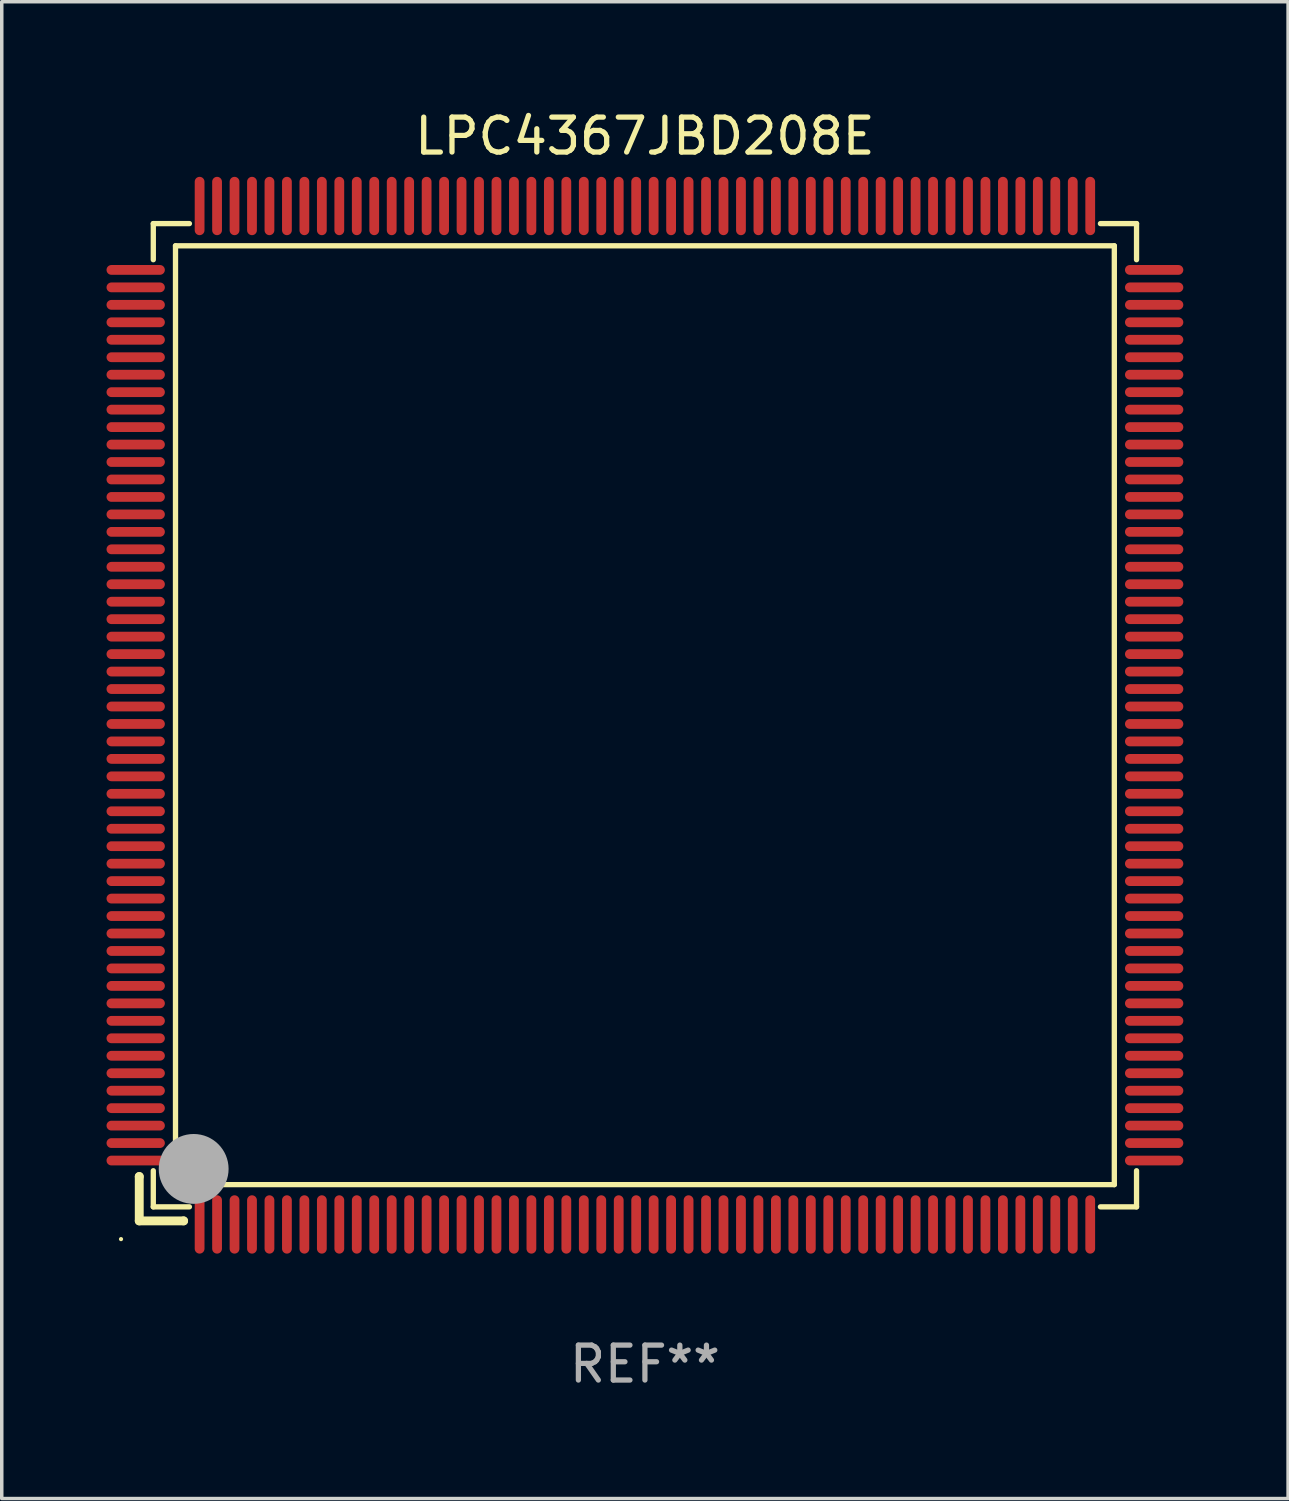
<source format=kicad_pcb>
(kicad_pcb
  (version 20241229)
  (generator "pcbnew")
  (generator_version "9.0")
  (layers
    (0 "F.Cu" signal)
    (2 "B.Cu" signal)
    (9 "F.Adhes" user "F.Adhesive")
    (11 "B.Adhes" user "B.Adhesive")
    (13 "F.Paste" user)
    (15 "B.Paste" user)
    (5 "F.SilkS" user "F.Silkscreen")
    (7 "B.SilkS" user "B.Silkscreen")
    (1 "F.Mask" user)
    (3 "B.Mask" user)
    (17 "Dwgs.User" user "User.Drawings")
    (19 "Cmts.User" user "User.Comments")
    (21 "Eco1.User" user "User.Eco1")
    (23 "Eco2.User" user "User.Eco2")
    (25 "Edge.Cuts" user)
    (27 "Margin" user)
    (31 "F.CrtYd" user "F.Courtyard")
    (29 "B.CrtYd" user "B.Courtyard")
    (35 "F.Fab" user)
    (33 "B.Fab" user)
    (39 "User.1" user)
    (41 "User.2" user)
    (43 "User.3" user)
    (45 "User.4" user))
  (footprint "LPC4367JBD208E"
    (layer "F.Cu")
    (at 15.415 17.428)
    (property "Reference" "LPC4367JBD208E" (at 0 -16.58 0) (layer "F.SilkS") (effects (font (size 1 1) (thickness 0.15))))
    (attr through_hole)
    (fp_line (start -14.478 13.208) (end -14.478 13.208) (stroke (width 0.254) (type solid)) (layer "F.SilkS"))
    (fp_line (start -14.478 13.208) (end -14.478 14.478) (stroke (width 0.254) (type solid)) (layer "F.SilkS"))
    (fp_line (start -14.478 14.478) (end -13.208 14.478) (stroke (width 0.254) (type solid)) (layer "F.SilkS"))
    (fp_line (start -14.076 -14.076) (end -14.076 -13.042) (stroke (width 0.152) (type solid)) (layer "F.SilkS"))
    (fp_line (start -14.076 14.076) (end -14.076 13.042) (stroke (width 0.152) (type solid)) (layer "F.SilkS"))
    (fp_line (start -13.44 -13.44) (end 13.44 -13.44) (stroke (width 0.152) (type solid)) (layer "F.SilkS"))
    (fp_line (start -13.44 13.44) (end -13.44 -13.44) (stroke (width 0.152) (type solid)) (layer "F.SilkS"))
    (fp_line (start -13.208 14.478) (end -13.208 14.478) (stroke (width 0.254) (type solid)) (layer "F.SilkS"))
    (fp_line (start -13.042 -14.076) (end -14.076 -14.076) (stroke (width 0.152) (type solid)) (layer "F.SilkS"))
    (fp_line (start -13.042 14.076) (end -14.076 14.076) (stroke (width 0.152) (type solid)) (layer "F.SilkS"))
    (fp_line (start 13.042 -14.076) (end 14.076 -14.076) (stroke (width 0.152) (type solid)) (layer "F.SilkS"))
    (fp_line (start 13.042 14.076) (end 14.076 14.076) (stroke (width 0.152) (type solid)) (layer "F.SilkS"))
    (fp_line (start 13.44 -13.44) (end 13.44 13.44) (stroke (width 0.152) (type solid)) (layer "F.SilkS"))
    (fp_line (start 13.44 13.44) (end -13.44 13.44) (stroke (width 0.152) (type solid)) (layer "F.SilkS"))
    (fp_line (start 14.076 -14.076) (end 14.076 -13.042) (stroke (width 0.152) (type solid)) (layer "F.SilkS"))
    (fp_line (start 14.076 14.076) (end 14.076 13.042) (stroke (width 0.152) (type solid)) (layer "F.SilkS"))
    (fp_circle (center -15 15) (end -14.97 15) (stroke (width 0.06) (type solid)) (fill no) (layer "F.SilkS"))
    (fp_circle (center -13.138 13.138) (end -13.063 13.138) (stroke (width 0.15) (type solid)) (fill no) (layer "F.SilkS"))
    (fp_circle (center -12.92 12.99) (end -12.42 12.99) (stroke (width 1) (type solid)) (fill no) (layer "F.Fab"))
    (fp_text user "REF**" (at 0 18.58 0) (layer "F.Fab") (effects (font (size 1 1) (thickness 0.15))))
    (pad "1" smd oval (at -12.75 14.58) (size 0.28 1.67) (layers "F.Cu" "F.Mask" "F.Paste"))
    (pad "2" smd oval (at -12.25 14.58) (size 0.28 1.67) (layers "F.Cu" "F.Mask" "F.Paste"))
    (pad "3" smd oval (at -11.75 14.58) (size 0.28 1.67) (layers "F.Cu" "F.Mask" "F.Paste"))
    (pad "4" smd oval (at -11.25 14.58) (size 0.28 1.67) (layers "F.Cu" "F.Mask" "F.Paste"))
    (pad "5" smd oval (at -10.75 14.58) (size 0.28 1.67) (layers "F.Cu" "F.Mask" "F.Paste"))
    (pad "6" smd oval (at -10.25 14.58) (size 0.28 1.67) (layers "F.Cu" "F.Mask" "F.Paste"))
    (pad "7" smd oval (at -9.75 14.58) (size 0.28 1.67) (layers "F.Cu" "F.Mask" "F.Paste"))
    (pad "8" smd oval (at -9.25 14.58) (size 0.28 1.67) (layers "F.Cu" "F.Mask" "F.Paste"))
    (pad "9" smd oval (at -8.75 14.58) (size 0.28 1.67) (layers "F.Cu" "F.Mask" "F.Paste"))
    (pad "10" smd oval (at -8.25 14.58) (size 0.28 1.67) (layers "F.Cu" "F.Mask" "F.Paste"))
    (pad "11" smd oval (at -7.75 14.58) (size 0.28 1.67) (layers "F.Cu" "F.Mask" "F.Paste"))
    (pad "12" smd oval (at -7.25 14.58) (size 0.28 1.67) (layers "F.Cu" "F.Mask" "F.Paste"))
    (pad "13" smd oval (at -6.75 14.58) (size 0.28 1.67) (layers "F.Cu" "F.Mask" "F.Paste"))
    (pad "14" smd oval (at -6.25 14.58) (size 0.28 1.67) (layers "F.Cu" "F.Mask" "F.Paste"))
    (pad "15" smd oval (at -5.75 14.58) (size 0.28 1.67) (layers "F.Cu" "F.Mask" "F.Paste"))
    (pad "16" smd oval (at -5.25 14.58) (size 0.28 1.67) (layers "F.Cu" "F.Mask" "F.Paste"))
    (pad "17" smd oval (at -4.75 14.58) (size 0.28 1.67) (layers "F.Cu" "F.Mask" "F.Paste"))
    (pad "18" smd oval (at -4.25 14.58) (size 0.28 1.67) (layers "F.Cu" "F.Mask" "F.Paste"))
    (pad "19" smd oval (at -3.75 14.58) (size 0.28 1.67) (layers "F.Cu" "F.Mask" "F.Paste"))
    (pad "20" smd oval (at -3.25 14.58) (size 0.28 1.67) (layers "F.Cu" "F.Mask" "F.Paste"))
    (pad "21" smd oval (at -2.75 14.58) (size 0.28 1.67) (layers "F.Cu" "F.Mask" "F.Paste"))
    (pad "22" smd oval (at -2.25 14.58) (size 0.28 1.67) (layers "F.Cu" "F.Mask" "F.Paste"))
    (pad "23" smd oval (at -1.75 14.58) (size 0.28 1.67) (layers "F.Cu" "F.Mask" "F.Paste"))
    (pad "24" smd oval (at -1.25 14.58) (size 0.28 1.67) (layers "F.Cu" "F.Mask" "F.Paste"))
    (pad "25" smd oval (at -0.75 14.58) (size 0.28 1.67) (layers "F.Cu" "F.Mask" "F.Paste"))
    (pad "26" smd oval (at -0.25 14.58) (size 0.28 1.67) (layers "F.Cu" "F.Mask" "F.Paste"))
    (pad "27" smd oval (at 0.25 14.58) (size 0.28 1.67) (layers "F.Cu" "F.Mask" "F.Paste"))
    (pad "28" smd oval (at 0.75 14.58) (size 0.28 1.67) (layers "F.Cu" "F.Mask" "F.Paste"))
    (pad "29" smd oval (at 1.25 14.58) (size 0.28 1.67) (layers "F.Cu" "F.Mask" "F.Paste"))
    (pad "30" smd oval (at 1.75 14.58) (size 0.28 1.67) (layers "F.Cu" "F.Mask" "F.Paste"))
    (pad "31" smd oval (at 2.25 14.58) (size 0.28 1.67) (layers "F.Cu" "F.Mask" "F.Paste"))
    (pad "32" smd oval (at 2.75 14.58) (size 0.28 1.67) (layers "F.Cu" "F.Mask" "F.Paste"))
    (pad "33" smd oval (at 3.25 14.58) (size 0.28 1.67) (layers "F.Cu" "F.Mask" "F.Paste"))
    (pad "34" smd oval (at 3.75 14.58) (size 0.28 1.67) (layers "F.Cu" "F.Mask" "F.Paste"))
    (pad "35" smd oval (at 4.25 14.58) (size 0.28 1.67) (layers "F.Cu" "F.Mask" "F.Paste"))
    (pad "36" smd oval (at 4.75 14.58) (size 0.28 1.67) (layers "F.Cu" "F.Mask" "F.Paste"))
    (pad "37" smd oval (at 5.25 14.58) (size 0.28 1.67) (layers "F.Cu" "F.Mask" "F.Paste"))
    (pad "38" smd oval (at 5.75 14.58) (size 0.28 1.67) (layers "F.Cu" "F.Mask" "F.Paste"))
    (pad "39" smd oval (at 6.25 14.58) (size 0.28 1.67) (layers "F.Cu" "F.Mask" "F.Paste"))
    (pad "40" smd oval (at 6.75 14.58) (size 0.28 1.67) (layers "F.Cu" "F.Mask" "F.Paste"))
    (pad "41" smd oval (at 7.25 14.58) (size 0.28 1.67) (layers "F.Cu" "F.Mask" "F.Paste"))
    (pad "42" smd oval (at 7.75 14.58) (size 0.28 1.67) (layers "F.Cu" "F.Mask" "F.Paste"))
    (pad "43" smd oval (at 8.25 14.58) (size 0.28 1.67) (layers "F.Cu" "F.Mask" "F.Paste"))
    (pad "44" smd oval (at 8.75 14.58) (size 0.28 1.67) (layers "F.Cu" "F.Mask" "F.Paste"))
    (pad "45" smd oval (at 9.25 14.58) (size 0.28 1.67) (layers "F.Cu" "F.Mask" "F.Paste"))
    (pad "46" smd oval (at 9.75 14.58) (size 0.28 1.67) (layers "F.Cu" "F.Mask" "F.Paste"))
    (pad "47" smd oval (at 10.25 14.58) (size 0.28 1.67) (layers "F.Cu" "F.Mask" "F.Paste"))
    (pad "48" smd oval (at 10.75 14.58) (size 0.28 1.67) (layers "F.Cu" "F.Mask" "F.Paste"))
    (pad "49" smd oval (at 11.25 14.58) (size 0.28 1.67) (layers "F.Cu" "F.Mask" "F.Paste"))
    (pad "50" smd oval (at 11.75 14.58) (size 0.28 1.67) (layers "F.Cu" "F.Mask" "F.Paste"))
    (pad "51" smd oval (at 12.25 14.58) (size 0.28 1.67) (layers "F.Cu" "F.Mask" "F.Paste"))
    (pad "52" smd oval (at 12.75 14.58) (size 0.28 1.67) (layers "F.Cu" "F.Mask" "F.Paste"))
    (pad "53" smd oval (at 14.58 12.75) (size 1.67 0.28) (layers "F.Cu" "F.Mask" "F.Paste"))
    (pad "54" smd oval (at 14.58 12.25) (size 1.67 0.28) (layers "F.Cu" "F.Mask" "F.Paste"))
    (pad "55" smd oval (at 14.58 11.75) (size 1.67 0.28) (layers "F.Cu" "F.Mask" "F.Paste"))
    (pad "56" smd oval (at 14.58 11.25) (size 1.67 0.28) (layers "F.Cu" "F.Mask" "F.Paste"))
    (pad "57" smd oval (at 14.58 10.75) (size 1.67 0.28) (layers "F.Cu" "F.Mask" "F.Paste"))
    (pad "58" smd oval (at 14.58 10.25) (size 1.67 0.28) (layers "F.Cu" "F.Mask" "F.Paste"))
    (pad "59" smd oval (at 14.58 9.75) (size 1.67 0.28) (layers "F.Cu" "F.Mask" "F.Paste"))
    (pad "60" smd oval (at 14.58 9.25) (size 1.67 0.28) (layers "F.Cu" "F.Mask" "F.Paste"))
    (pad "61" smd oval (at 14.58 8.75) (size 1.67 0.28) (layers "F.Cu" "F.Mask" "F.Paste"))
    (pad "62" smd oval (at 14.58 8.25) (size 1.67 0.28) (layers "F.Cu" "F.Mask" "F.Paste"))
    (pad "63" smd oval (at 14.58 7.75) (size 1.67 0.28) (layers "F.Cu" "F.Mask" "F.Paste"))
    (pad "64" smd oval (at 14.58 7.25) (size 1.67 0.28) (layers "F.Cu" "F.Mask" "F.Paste"))
    (pad "65" smd oval (at 14.58 6.75) (size 1.67 0.28) (layers "F.Cu" "F.Mask" "F.Paste"))
    (pad "66" smd oval (at 14.58 6.25) (size 1.67 0.28) (layers "F.Cu" "F.Mask" "F.Paste"))
    (pad "67" smd oval (at 14.58 5.75) (size 1.67 0.28) (layers "F.Cu" "F.Mask" "F.Paste"))
    (pad "68" smd oval (at 14.58 5.25) (size 1.67 0.28) (layers "F.Cu" "F.Mask" "F.Paste"))
    (pad "69" smd oval (at 14.58 4.75) (size 1.67 0.28) (layers "F.Cu" "F.Mask" "F.Paste"))
    (pad "70" smd oval (at 14.58 4.25) (size 1.67 0.28) (layers "F.Cu" "F.Mask" "F.Paste"))
    (pad "71" smd oval (at 14.58 3.75) (size 1.67 0.28) (layers "F.Cu" "F.Mask" "F.Paste"))
    (pad "72" smd oval (at 14.58 3.25) (size 1.67 0.28) (layers "F.Cu" "F.Mask" "F.Paste"))
    (pad "73" smd oval (at 14.58 2.75) (size 1.67 0.28) (layers "F.Cu" "F.Mask" "F.Paste"))
    (pad "74" smd oval (at 14.58 2.25) (size 1.67 0.28) (layers "F.Cu" "F.Mask" "F.Paste"))
    (pad "75" smd oval (at 14.58 1.75) (size 1.67 0.28) (layers "F.Cu" "F.Mask" "F.Paste"))
    (pad "76" smd oval (at 14.58 1.25) (size 1.67 0.28) (layers "F.Cu" "F.Mask" "F.Paste"))
    (pad "77" smd oval (at 14.58 0.75) (size 1.67 0.28) (layers "F.Cu" "F.Mask" "F.Paste"))
    (pad "78" smd oval (at 14.58 0.25) (size 1.67 0.28) (layers "F.Cu" "F.Mask" "F.Paste"))
    (pad "79" smd oval (at 14.58 -0.25) (size 1.67 0.28) (layers "F.Cu" "F.Mask" "F.Paste"))
    (pad "80" smd oval (at 14.58 -0.75) (size 1.67 0.28) (layers "F.Cu" "F.Mask" "F.Paste"))
    (pad "81" smd oval (at 14.58 -1.25) (size 1.67 0.28) (layers "F.Cu" "F.Mask" "F.Paste"))
    (pad "82" smd oval (at 14.58 -1.75) (size 1.67 0.28) (layers "F.Cu" "F.Mask" "F.Paste"))
    (pad "83" smd oval (at 14.58 -2.25) (size 1.67 0.28) (layers "F.Cu" "F.Mask" "F.Paste"))
    (pad "84" smd oval (at 14.58 -2.75) (size 1.67 0.28) (layers "F.Cu" "F.Mask" "F.Paste"))
    (pad "85" smd oval (at 14.58 -3.25) (size 1.67 0.28) (layers "F.Cu" "F.Mask" "F.Paste"))
    (pad "86" smd oval (at 14.58 -3.75) (size 1.67 0.28) (layers "F.Cu" "F.Mask" "F.Paste"))
    (pad "87" smd oval (at 14.58 -4.25) (size 1.67 0.28) (layers "F.Cu" "F.Mask" "F.Paste"))
    (pad "88" smd oval (at 14.58 -4.75) (size 1.67 0.28) (layers "F.Cu" "F.Mask" "F.Paste"))
    (pad "89" smd oval (at 14.58 -5.25) (size 1.67 0.28) (layers "F.Cu" "F.Mask" "F.Paste"))
    (pad "90" smd oval (at 14.58 -5.75) (size 1.67 0.28) (layers "F.Cu" "F.Mask" "F.Paste"))
    (pad "91" smd oval (at 14.58 -6.25) (size 1.67 0.28) (layers "F.Cu" "F.Mask" "F.Paste"))
    (pad "92" smd oval (at 14.58 -6.75) (size 1.67 0.28) (layers "F.Cu" "F.Mask" "F.Paste"))
    (pad "93" smd oval (at 14.58 -7.25) (size 1.67 0.28) (layers "F.Cu" "F.Mask" "F.Paste"))
    (pad "94" smd oval (at 14.58 -7.75) (size 1.67 0.28) (layers "F.Cu" "F.Mask" "F.Paste"))
    (pad "95" smd oval (at 14.58 -8.25) (size 1.67 0.28) (layers "F.Cu" "F.Mask" "F.Paste"))
    (pad "96" smd oval (at 14.58 -8.75) (size 1.67 0.28) (layers "F.Cu" "F.Mask" "F.Paste"))
    (pad "97" smd oval (at 14.58 -9.25) (size 1.67 0.28) (layers "F.Cu" "F.Mask" "F.Paste"))
    (pad "98" smd oval (at 14.58 -9.75) (size 1.67 0.28) (layers "F.Cu" "F.Mask" "F.Paste"))
    (pad "99" smd oval (at 14.58 -10.25) (size 1.67 0.28) (layers "F.Cu" "F.Mask" "F.Paste"))
    (pad "100" smd oval (at 14.58 -10.75) (size 1.67 0.28) (layers "F.Cu" "F.Mask" "F.Paste"))
    (pad "101" smd oval (at 14.58 -11.25) (size 1.67 0.28) (layers "F.Cu" "F.Mask" "F.Paste"))
    (pad "102" smd oval (at 14.58 -11.75) (size 1.67 0.28) (layers "F.Cu" "F.Mask" "F.Paste"))
    (pad "103" smd oval (at 14.58 -12.25) (size 1.67 0.28) (layers "F.Cu" "F.Mask" "F.Paste"))
    (pad "104" smd oval (at 14.58 -12.75) (size 1.67 0.28) (layers "F.Cu" "F.Mask" "F.Paste"))
    (pad "105" smd oval (at 12.75 -14.58) (size 0.28 1.67) (layers "F.Cu" "F.Mask" "F.Paste"))
    (pad "106" smd oval (at 12.25 -14.58) (size 0.28 1.67) (layers "F.Cu" "F.Mask" "F.Paste"))
    (pad "107" smd oval (at 11.75 -14.58) (size 0.28 1.67) (layers "F.Cu" "F.Mask" "F.Paste"))
    (pad "108" smd oval (at 11.25 -14.58) (size 0.28 1.67) (layers "F.Cu" "F.Mask" "F.Paste"))
    (pad "109" smd oval (at 10.75 -14.58) (size 0.28 1.67) (layers "F.Cu" "F.Mask" "F.Paste"))
    (pad "110" smd oval (at 10.25 -14.58) (size 0.28 1.67) (layers "F.Cu" "F.Mask" "F.Paste"))
    (pad "111" smd oval (at 9.75 -14.58) (size 0.28 1.67) (layers "F.Cu" "F.Mask" "F.Paste"))
    (pad "112" smd oval (at 9.25 -14.58) (size 0.28 1.67) (layers "F.Cu" "F.Mask" "F.Paste"))
    (pad "113" smd oval (at 8.75 -14.58) (size 0.28 1.67) (layers "F.Cu" "F.Mask" "F.Paste"))
    (pad "114" smd oval (at 8.25 -14.58) (size 0.28 1.67) (layers "F.Cu" "F.Mask" "F.Paste"))
    (pad "115" smd oval (at 7.75 -14.58) (size 0.28 1.67) (layers "F.Cu" "F.Mask" "F.Paste"))
    (pad "116" smd oval (at 7.25 -14.58) (size 0.28 1.67) (layers "F.Cu" "F.Mask" "F.Paste"))
    (pad "117" smd oval (at 6.75 -14.58) (size 0.28 1.67) (layers "F.Cu" "F.Mask" "F.Paste"))
    (pad "118" smd oval (at 6.25 -14.58) (size 0.28 1.67) (layers "F.Cu" "F.Mask" "F.Paste"))
    (pad "119" smd oval (at 5.75 -14.58) (size 0.28 1.67) (layers "F.Cu" "F.Mask" "F.Paste"))
    (pad "120" smd oval (at 5.25 -14.58) (size 0.28 1.67) (layers "F.Cu" "F.Mask" "F.Paste"))
    (pad "121" smd oval (at 4.75 -14.58) (size 0.28 1.67) (layers "F.Cu" "F.Mask" "F.Paste"))
    (pad "122" smd oval (at 4.25 -14.58) (size 0.28 1.67) (layers "F.Cu" "F.Mask" "F.Paste"))
    (pad "123" smd oval (at 3.75 -14.58) (size 0.28 1.67) (layers "F.Cu" "F.Mask" "F.Paste"))
    (pad "124" smd oval (at 3.25 -14.58) (size 0.28 1.67) (layers "F.Cu" "F.Mask" "F.Paste"))
    (pad "125" smd oval (at 2.75 -14.58) (size 0.28 1.67) (layers "F.Cu" "F.Mask" "F.Paste"))
    (pad "126" smd oval (at 2.25 -14.58) (size 0.28 1.67) (layers "F.Cu" "F.Mask" "F.Paste"))
    (pad "127" smd oval (at 1.75 -14.58) (size 0.28 1.67) (layers "F.Cu" "F.Mask" "F.Paste"))
    (pad "128" smd oval (at 1.25 -14.58) (size 0.28 1.67) (layers "F.Cu" "F.Mask" "F.Paste"))
    (pad "129" smd oval (at 0.75 -14.58) (size 0.28 1.67) (layers "F.Cu" "F.Mask" "F.Paste"))
    (pad "130" smd oval (at 0.25 -14.58) (size 0.28 1.67) (layers "F.Cu" "F.Mask" "F.Paste"))
    (pad "131" smd oval (at -0.25 -14.58) (size 0.28 1.67) (layers "F.Cu" "F.Mask" "F.Paste"))
    (pad "132" smd oval (at -0.75 -14.58) (size 0.28 1.67) (layers "F.Cu" "F.Mask" "F.Paste"))
    (pad "133" smd oval (at -1.25 -14.58) (size 0.28 1.67) (layers "F.Cu" "F.Mask" "F.Paste"))
    (pad "134" smd oval (at -1.75 -14.58) (size 0.28 1.67) (layers "F.Cu" "F.Mask" "F.Paste"))
    (pad "135" smd oval (at -2.25 -14.58) (size 0.28 1.67) (layers "F.Cu" "F.Mask" "F.Paste"))
    (pad "136" smd oval (at -2.75 -14.58) (size 0.28 1.67) (layers "F.Cu" "F.Mask" "F.Paste"))
    (pad "137" smd oval (at -3.25 -14.58) (size 0.28 1.67) (layers "F.Cu" "F.Mask" "F.Paste"))
    (pad "138" smd oval (at -3.75 -14.58) (size 0.28 1.67) (layers "F.Cu" "F.Mask" "F.Paste"))
    (pad "139" smd oval (at -4.25 -14.58) (size 0.28 1.67) (layers "F.Cu" "F.Mask" "F.Paste"))
    (pad "140" smd oval (at -4.75 -14.58) (size 0.28 1.67) (layers "F.Cu" "F.Mask" "F.Paste"))
    (pad "141" smd oval (at -5.25 -14.58) (size 0.28 1.67) (layers "F.Cu" "F.Mask" "F.Paste"))
    (pad "142" smd oval (at -5.75 -14.58) (size 0.28 1.67) (layers "F.Cu" "F.Mask" "F.Paste"))
    (pad "143" smd oval (at -6.25 -14.58) (size 0.28 1.67) (layers "F.Cu" "F.Mask" "F.Paste"))
    (pad "144" smd oval (at -6.75 -14.58) (size 0.28 1.67) (layers "F.Cu" "F.Mask" "F.Paste"))
    (pad "145" smd oval (at -7.25 -14.58) (size 0.28 1.67) (layers "F.Cu" "F.Mask" "F.Paste"))
    (pad "146" smd oval (at -7.75 -14.58) (size 0.28 1.67) (layers "F.Cu" "F.Mask" "F.Paste"))
    (pad "147" smd oval (at -8.25 -14.58) (size 0.28 1.67) (layers "F.Cu" "F.Mask" "F.Paste"))
    (pad "148" smd oval (at -8.75 -14.58) (size 0.28 1.67) (layers "F.Cu" "F.Mask" "F.Paste"))
    (pad "149" smd oval (at -9.25 -14.58) (size 0.28 1.67) (layers "F.Cu" "F.Mask" "F.Paste"))
    (pad "150" smd oval (at -9.75 -14.58) (size 0.28 1.67) (layers "F.Cu" "F.Mask" "F.Paste"))
    (pad "151" smd oval (at -10.25 -14.58) (size 0.28 1.67) (layers "F.Cu" "F.Mask" "F.Paste"))
    (pad "152" smd oval (at -10.75 -14.58) (size 0.28 1.67) (layers "F.Cu" "F.Mask" "F.Paste"))
    (pad "153" smd oval (at -11.25 -14.58) (size 0.28 1.67) (layers "F.Cu" "F.Mask" "F.Paste"))
    (pad "154" smd oval (at -11.75 -14.58) (size 0.28 1.67) (layers "F.Cu" "F.Mask" "F.Paste"))
    (pad "155" smd oval (at -12.25 -14.58) (size 0.28 1.67) (layers "F.Cu" "F.Mask" "F.Paste"))
    (pad "156" smd oval (at -12.75 -14.58) (size 0.28 1.67) (layers "F.Cu" "F.Mask" "F.Paste"))
    (pad "157" smd oval (at -14.58 -12.75) (size 1.67 0.28) (layers "F.Cu" "F.Mask" "F.Paste"))
    (pad "158" smd oval (at -14.58 -12.25) (size 1.67 0.28) (layers "F.Cu" "F.Mask" "F.Paste"))
    (pad "159" smd oval (at -14.58 -11.75) (size 1.67 0.28) (layers "F.Cu" "F.Mask" "F.Paste"))
    (pad "160" smd oval (at -14.58 -11.25) (size 1.67 0.28) (layers "F.Cu" "F.Mask" "F.Paste"))
    (pad "161" smd oval (at -14.58 -10.75) (size 1.67 0.28) (layers "F.Cu" "F.Mask" "F.Paste"))
    (pad "162" smd oval (at -14.58 -10.25) (size 1.67 0.28) (layers "F.Cu" "F.Mask" "F.Paste"))
    (pad "163" smd oval (at -14.58 -9.75) (size 1.67 0.28) (layers "F.Cu" "F.Mask" "F.Paste"))
    (pad "164" smd oval (at -14.58 -9.25) (size 1.67 0.28) (layers "F.Cu" "F.Mask" "F.Paste"))
    (pad "165" smd oval (at -14.58 -8.75) (size 1.67 0.28) (layers "F.Cu" "F.Mask" "F.Paste"))
    (pad "166" smd oval (at -14.58 -8.25) (size 1.67 0.28) (layers "F.Cu" "F.Mask" "F.Paste"))
    (pad "167" smd oval (at -14.58 -7.75) (size 1.67 0.28) (layers "F.Cu" "F.Mask" "F.Paste"))
    (pad "168" smd oval (at -14.58 -7.25) (size 1.67 0.28) (layers "F.Cu" "F.Mask" "F.Paste"))
    (pad "169" smd oval (at -14.58 -6.75) (size 1.67 0.28) (layers "F.Cu" "F.Mask" "F.Paste"))
    (pad "170" smd oval (at -14.58 -6.25) (size 1.67 0.28) (layers "F.Cu" "F.Mask" "F.Paste"))
    (pad "171" smd oval (at -14.58 -5.75) (size 1.67 0.28) (layers "F.Cu" "F.Mask" "F.Paste"))
    (pad "172" smd oval (at -14.58 -5.25) (size 1.67 0.28) (layers "F.Cu" "F.Mask" "F.Paste"))
    (pad "173" smd oval (at -14.58 -4.75) (size 1.67 0.28) (layers "F.Cu" "F.Mask" "F.Paste"))
    (pad "174" smd oval (at -14.58 -4.25) (size 1.67 0.28) (layers "F.Cu" "F.Mask" "F.Paste"))
    (pad "175" smd oval (at -14.58 -3.75) (size 1.67 0.28) (layers "F.Cu" "F.Mask" "F.Paste"))
    (pad "176" smd oval (at -14.58 -3.25) (size 1.67 0.28) (layers "F.Cu" "F.Mask" "F.Paste"))
    (pad "177" smd oval (at -14.58 -2.75) (size 1.67 0.28) (layers "F.Cu" "F.Mask" "F.Paste"))
    (pad "178" smd oval (at -14.58 -2.25) (size 1.67 0.28) (layers "F.Cu" "F.Mask" "F.Paste"))
    (pad "179" smd oval (at -14.58 -1.75) (size 1.67 0.28) (layers "F.Cu" "F.Mask" "F.Paste"))
    (pad "180" smd oval (at -14.58 -1.25) (size 1.67 0.28) (layers "F.Cu" "F.Mask" "F.Paste"))
    (pad "181" smd oval (at -14.58 -0.75) (size 1.67 0.28) (layers "F.Cu" "F.Mask" "F.Paste"))
    (pad "182" smd oval (at -14.58 -0.25) (size 1.67 0.28) (layers "F.Cu" "F.Mask" "F.Paste"))
    (pad "183" smd oval (at -14.58 0.25) (size 1.67 0.28) (layers "F.Cu" "F.Mask" "F.Paste"))
    (pad "184" smd oval (at -14.58 0.75) (size 1.67 0.28) (layers "F.Cu" "F.Mask" "F.Paste"))
    (pad "185" smd oval (at -14.58 1.25) (size 1.67 0.28) (layers "F.Cu" "F.Mask" "F.Paste"))
    (pad "186" smd oval (at -14.58 1.75) (size 1.67 0.28) (layers "F.Cu" "F.Mask" "F.Paste"))
    (pad "187" smd oval (at -14.58 2.25) (size 1.67 0.28) (layers "F.Cu" "F.Mask" "F.Paste"))
    (pad "188" smd oval (at -14.58 2.75) (size 1.67 0.28) (layers "F.Cu" "F.Mask" "F.Paste"))
    (pad "189" smd oval (at -14.58 3.25) (size 1.67 0.28) (layers "F.Cu" "F.Mask" "F.Paste"))
    (pad "190" smd oval (at -14.58 3.75) (size 1.67 0.28) (layers "F.Cu" "F.Mask" "F.Paste"))
    (pad "191" smd oval (at -14.58 4.25) (size 1.67 0.28) (layers "F.Cu" "F.Mask" "F.Paste"))
    (pad "192" smd oval (at -14.58 4.75) (size 1.67 0.28) (layers "F.Cu" "F.Mask" "F.Paste"))
    (pad "193" smd oval (at -14.58 5.25) (size 1.67 0.28) (layers "F.Cu" "F.Mask" "F.Paste"))
    (pad "194" smd oval (at -14.58 5.75) (size 1.67 0.28) (layers "F.Cu" "F.Mask" "F.Paste"))
    (pad "195" smd oval (at -14.58 6.25) (size 1.67 0.28) (layers "F.Cu" "F.Mask" "F.Paste"))
    (pad "196" smd oval (at -14.58 6.75) (size 1.67 0.28) (layers "F.Cu" "F.Mask" "F.Paste"))
    (pad "197" smd oval (at -14.58 7.25) (size 1.67 0.28) (layers "F.Cu" "F.Mask" "F.Paste"))
    (pad "198" smd oval (at -14.58 7.75) (size 1.67 0.28) (layers "F.Cu" "F.Mask" "F.Paste"))
    (pad "199" smd oval (at -14.58 8.25) (size 1.67 0.28) (layers "F.Cu" "F.Mask" "F.Paste"))
    (pad "200" smd oval (at -14.58 8.75) (size 1.67 0.28) (layers "F.Cu" "F.Mask" "F.Paste"))
    (pad "201" smd oval (at -14.58 9.25) (size 1.67 0.28) (layers "F.Cu" "F.Mask" "F.Paste"))
    (pad "202" smd oval (at -14.58 9.75) (size 1.67 0.28) (layers "F.Cu" "F.Mask" "F.Paste"))
    (pad "203" smd oval (at -14.58 10.25) (size 1.67 0.28) (layers "F.Cu" "F.Mask" "F.Paste"))
    (pad "204" smd oval (at -14.58 10.75) (size 1.67 0.28) (layers "F.Cu" "F.Mask" "F.Paste"))
    (pad "205" smd oval (at -14.58 11.25) (size 1.67 0.28) (layers "F.Cu" "F.Mask" "F.Paste"))
    (pad "206" smd oval (at -14.58 11.75) (size 1.67 0.28) (layers "F.Cu" "F.Mask" "F.Paste"))
    (pad "207" smd oval (at -14.58 12.25) (size 1.67 0.28) (layers "F.Cu" "F.Mask" "F.Paste"))
    (pad "208" smd oval (at -14.58 12.75) (size 1.67 0.28) (layers "F.Cu" "F.Mask" "F.Paste")))
  (gr_rect
    (start -3 -3)
    (end 33.83 39.856)
    (stroke (width 0.1) (type default))
    (fill no)
    (layer "Edge.Cuts")))
</source>
